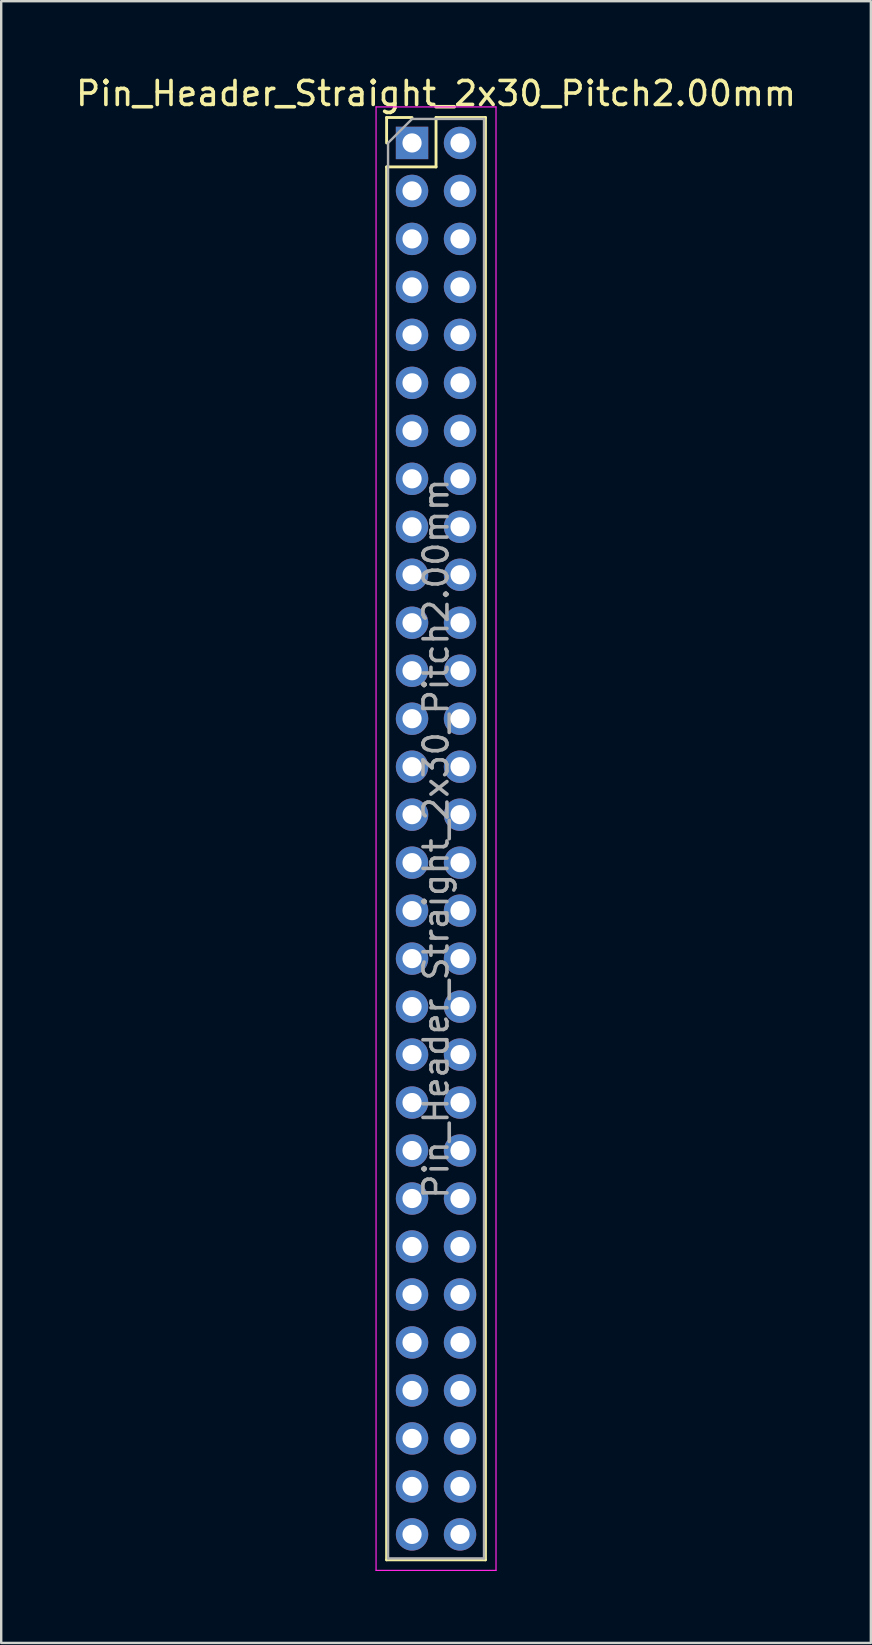
<source format=kicad_pcb>
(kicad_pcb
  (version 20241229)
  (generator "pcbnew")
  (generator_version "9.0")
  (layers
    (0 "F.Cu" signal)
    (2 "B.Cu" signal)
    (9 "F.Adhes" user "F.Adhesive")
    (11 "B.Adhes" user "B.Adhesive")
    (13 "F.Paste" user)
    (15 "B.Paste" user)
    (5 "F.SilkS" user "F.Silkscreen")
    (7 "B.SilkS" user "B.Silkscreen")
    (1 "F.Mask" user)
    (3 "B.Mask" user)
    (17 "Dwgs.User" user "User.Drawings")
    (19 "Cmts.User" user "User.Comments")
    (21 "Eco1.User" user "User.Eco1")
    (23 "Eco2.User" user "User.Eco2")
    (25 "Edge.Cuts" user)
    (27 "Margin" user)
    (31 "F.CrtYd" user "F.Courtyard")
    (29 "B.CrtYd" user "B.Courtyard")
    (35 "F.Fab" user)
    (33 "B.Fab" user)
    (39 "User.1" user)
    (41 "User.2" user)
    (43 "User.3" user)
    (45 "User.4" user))
  (footprint "Pin_Header_Straight_2x30_Pitch2.00mm"
    (layer "F.Cu")
    (at 14.125 2.908)
    (property "Reference" "Pin_Header_Straight_2x30_Pitch2.00mm" (at 1 -2.06 0) (layer "F.SilkS") (effects (font (size 1 1) (thickness 0.15))))
    (attr through_hole)
    (fp_line (start -1.06 -1.06) (end 0 -1.06) (stroke (width 0.12) (type solid)) (layer "F.SilkS"))
    (fp_line (start -1.06 0) (end -1.06 -1.06) (stroke (width 0.12) (type solid)) (layer "F.SilkS"))
    (fp_line (start -1.06 1) (end -1.06 59.06) (stroke (width 0.12) (type solid)) (layer "F.SilkS"))
    (fp_line (start -1.06 1) (end 1 1) (stroke (width 0.12) (type solid)) (layer "F.SilkS"))
    (fp_line (start -1.06 59.06) (end 3.06 59.06) (stroke (width 0.12) (type solid)) (layer "F.SilkS"))
    (fp_line (start 1 -1.06) (end 3.06 -1.06) (stroke (width 0.12) (type solid)) (layer "F.SilkS"))
    (fp_line (start 1 1) (end 1 -1.06) (stroke (width 0.12) (type solid)) (layer "F.SilkS"))
    (fp_line (start 3.06 -1.06) (end 3.06 59.06) (stroke (width 0.12) (type solid)) (layer "F.SilkS"))
    (fp_line (start -1.5 -1.5) (end -1.5 59.5) (stroke (width 0.05) (type solid)) (layer "F.CrtYd"))
    (fp_line (start -1.5 59.5) (end 3.5 59.5) (stroke (width 0.05) (type solid)) (layer "F.CrtYd"))
    (fp_line (start 3.5 -1.5) (end -1.5 -1.5) (stroke (width 0.05) (type solid)) (layer "F.CrtYd"))
    (fp_line (start 3.5 59.5) (end 3.5 -1.5) (stroke (width 0.05) (type solid)) (layer "F.CrtYd"))
    (fp_line (start -1 0) (end 0 -1) (stroke (width 0.1) (type solid)) (layer "F.Fab"))
    (fp_line (start -1 59) (end -1 0) (stroke (width 0.1) (type solid)) (layer "F.Fab"))
    (fp_line (start 0 -1) (end 3 -1) (stroke (width 0.1) (type solid)) (layer "F.Fab"))
    (fp_line (start 3 -1) (end 3 59) (stroke (width 0.1) (type solid)) (layer "F.Fab"))
    (fp_line (start 3 59) (end -1 59) (stroke (width 0.1) (type solid)) (layer "F.Fab"))
    (fp_text user "${REFERENCE}" (at 1 29 90) (layer "F.Fab") (effects (font (size 1 1) (thickness 0.15))))
    (pad "1" thru_hole rect (at 0 0) (size 1.35 1.35) (drill 0.8) (layers "*.Cu" "*.Mask"))
    (pad "2" thru_hole oval (at 2 0) (size 1.35 1.35) (drill 0.8) (layers "*.Cu" "*.Mask"))
    (pad "3" thru_hole oval (at 0 2) (size 1.35 1.35) (drill 0.8) (layers "*.Cu" "*.Mask"))
    (pad "4" thru_hole oval (at 2 2) (size 1.35 1.35) (drill 0.8) (layers "*.Cu" "*.Mask"))
    (pad "5" thru_hole oval (at 0 4) (size 1.35 1.35) (drill 0.8) (layers "*.Cu" "*.Mask"))
    (pad "6" thru_hole oval (at 2 4) (size 1.35 1.35) (drill 0.8) (layers "*.Cu" "*.Mask"))
    (pad "7" thru_hole oval (at 0 6) (size 1.35 1.35) (drill 0.8) (layers "*.Cu" "*.Mask"))
    (pad "8" thru_hole oval (at 2 6) (size 1.35 1.35) (drill 0.8) (layers "*.Cu" "*.Mask"))
    (pad "9" thru_hole oval (at 0 8) (size 1.35 1.35) (drill 0.8) (layers "*.Cu" "*.Mask"))
    (pad "10" thru_hole oval (at 2 8) (size 1.35 1.35) (drill 0.8) (layers "*.Cu" "*.Mask"))
    (pad "11" thru_hole oval (at 0 10) (size 1.35 1.35) (drill 0.8) (layers "*.Cu" "*.Mask"))
    (pad "12" thru_hole oval (at 2 10) (size 1.35 1.35) (drill 0.8) (layers "*.Cu" "*.Mask"))
    (pad "13" thru_hole oval (at 0 12) (size 1.35 1.35) (drill 0.8) (layers "*.Cu" "*.Mask"))
    (pad "14" thru_hole oval (at 2 12) (size 1.35 1.35) (drill 0.8) (layers "*.Cu" "*.Mask"))
    (pad "15" thru_hole oval (at 0 14) (size 1.35 1.35) (drill 0.8) (layers "*.Cu" "*.Mask"))
    (pad "16" thru_hole oval (at 2 14) (size 1.35 1.35) (drill 0.8) (layers "*.Cu" "*.Mask"))
    (pad "17" thru_hole oval (at 0 16) (size 1.35 1.35) (drill 0.8) (layers "*.Cu" "*.Mask"))
    (pad "18" thru_hole oval (at 2 16) (size 1.35 1.35) (drill 0.8) (layers "*.Cu" "*.Mask"))
    (pad "19" thru_hole oval (at 0 18) (size 1.35 1.35) (drill 0.8) (layers "*.Cu" "*.Mask"))
    (pad "20" thru_hole oval (at 2 18) (size 1.35 1.35) (drill 0.8) (layers "*.Cu" "*.Mask"))
    (pad "21" thru_hole oval (at 0 20) (size 1.35 1.35) (drill 0.8) (layers "*.Cu" "*.Mask"))
    (pad "22" thru_hole oval (at 2 20) (size 1.35 1.35) (drill 0.8) (layers "*.Cu" "*.Mask"))
    (pad "23" thru_hole oval (at 0 22) (size 1.35 1.35) (drill 0.8) (layers "*.Cu" "*.Mask"))
    (pad "24" thru_hole oval (at 2 22) (size 1.35 1.35) (drill 0.8) (layers "*.Cu" "*.Mask"))
    (pad "25" thru_hole oval (at 0 24) (size 1.35 1.35) (drill 0.8) (layers "*.Cu" "*.Mask"))
    (pad "26" thru_hole oval (at 2 24) (size 1.35 1.35) (drill 0.8) (layers "*.Cu" "*.Mask"))
    (pad "27" thru_hole oval (at 0 26) (size 1.35 1.35) (drill 0.8) (layers "*.Cu" "*.Mask"))
    (pad "28" thru_hole oval (at 2 26) (size 1.35 1.35) (drill 0.8) (layers "*.Cu" "*.Mask"))
    (pad "29" thru_hole oval (at 0 28) (size 1.35 1.35) (drill 0.8) (layers "*.Cu" "*.Mask"))
    (pad "30" thru_hole oval (at 2 28) (size 1.35 1.35) (drill 0.8) (layers "*.Cu" "*.Mask"))
    (pad "31" thru_hole oval (at 0 30) (size 1.35 1.35) (drill 0.8) (layers "*.Cu" "*.Mask"))
    (pad "32" thru_hole oval (at 2 30) (size 1.35 1.35) (drill 0.8) (layers "*.Cu" "*.Mask"))
    (pad "33" thru_hole oval (at 0 32) (size 1.35 1.35) (drill 0.8) (layers "*.Cu" "*.Mask"))
    (pad "34" thru_hole oval (at 2 32) (size 1.35 1.35) (drill 0.8) (layers "*.Cu" "*.Mask"))
    (pad "35" thru_hole oval (at 0 34) (size 1.35 1.35) (drill 0.8) (layers "*.Cu" "*.Mask"))
    (pad "36" thru_hole oval (at 2 34) (size 1.35 1.35) (drill 0.8) (layers "*.Cu" "*.Mask"))
    (pad "37" thru_hole oval (at 0 36) (size 1.35 1.35) (drill 0.8) (layers "*.Cu" "*.Mask"))
    (pad "38" thru_hole oval (at 2 36) (size 1.35 1.35) (drill 0.8) (layers "*.Cu" "*.Mask"))
    (pad "39" thru_hole oval (at 0 38) (size 1.35 1.35) (drill 0.8) (layers "*.Cu" "*.Mask"))
    (pad "40" thru_hole oval (at 2 38) (size 1.35 1.35) (drill 0.8) (layers "*.Cu" "*.Mask"))
    (pad "41" thru_hole oval (at 0 40) (size 1.35 1.35) (drill 0.8) (layers "*.Cu" "*.Mask"))
    (pad "42" thru_hole oval (at 2 40) (size 1.35 1.35) (drill 0.8) (layers "*.Cu" "*.Mask"))
    (pad "43" thru_hole oval (at 0 42) (size 1.35 1.35) (drill 0.8) (layers "*.Cu" "*.Mask"))
    (pad "44" thru_hole oval (at 2 42) (size 1.35 1.35) (drill 0.8) (layers "*.Cu" "*.Mask"))
    (pad "45" thru_hole oval (at 0 44) (size 1.35 1.35) (drill 0.8) (layers "*.Cu" "*.Mask"))
    (pad "46" thru_hole oval (at 2 44) (size 1.35 1.35) (drill 0.8) (layers "*.Cu" "*.Mask"))
    (pad "47" thru_hole oval (at 0 46) (size 1.35 1.35) (drill 0.8) (layers "*.Cu" "*.Mask"))
    (pad "48" thru_hole oval (at 2 46) (size 1.35 1.35) (drill 0.8) (layers "*.Cu" "*.Mask"))
    (pad "49" thru_hole oval (at 0 48) (size 1.35 1.35) (drill 0.8) (layers "*.Cu" "*.Mask"))
    (pad "50" thru_hole oval (at 2 48) (size 1.35 1.35) (drill 0.8) (layers "*.Cu" "*.Mask"))
    (pad "51" thru_hole oval (at 0 50) (size 1.35 1.35) (drill 0.8) (layers "*.Cu" "*.Mask"))
    (pad "52" thru_hole oval (at 2 50) (size 1.35 1.35) (drill 0.8) (layers "*.Cu" "*.Mask"))
    (pad "53" thru_hole oval (at 0 52) (size 1.35 1.35) (drill 0.8) (layers "*.Cu" "*.Mask"))
    (pad "54" thru_hole oval (at 2 52) (size 1.35 1.35) (drill 0.8) (layers "*.Cu" "*.Mask"))
    (pad "55" thru_hole oval (at 0 54) (size 1.35 1.35) (drill 0.8) (layers "*.Cu" "*.Mask"))
    (pad "56" thru_hole oval (at 2 54) (size 1.35 1.35) (drill 0.8) (layers "*.Cu" "*.Mask"))
    (pad "57" thru_hole oval (at 0 56) (size 1.35 1.35) (drill 0.8) (layers "*.Cu" "*.Mask"))
    (pad "58" thru_hole oval (at 2 56) (size 1.35 1.35) (drill 0.8) (layers "*.Cu" "*.Mask"))
    (pad "59" thru_hole oval (at 0 58) (size 1.35 1.35) (drill 0.8) (layers "*.Cu" "*.Mask"))
    (pad "60" thru_hole oval (at 2 58) (size 1.35 1.35) (drill 0.8) (layers "*.Cu" "*.Mask")))
  (gr_rect
    (start -3 -3)
    (end 33.25 65.433)
    (stroke (width 0.1) (type default))
    (fill no)
    (layer "Edge.Cuts")))
</source>
